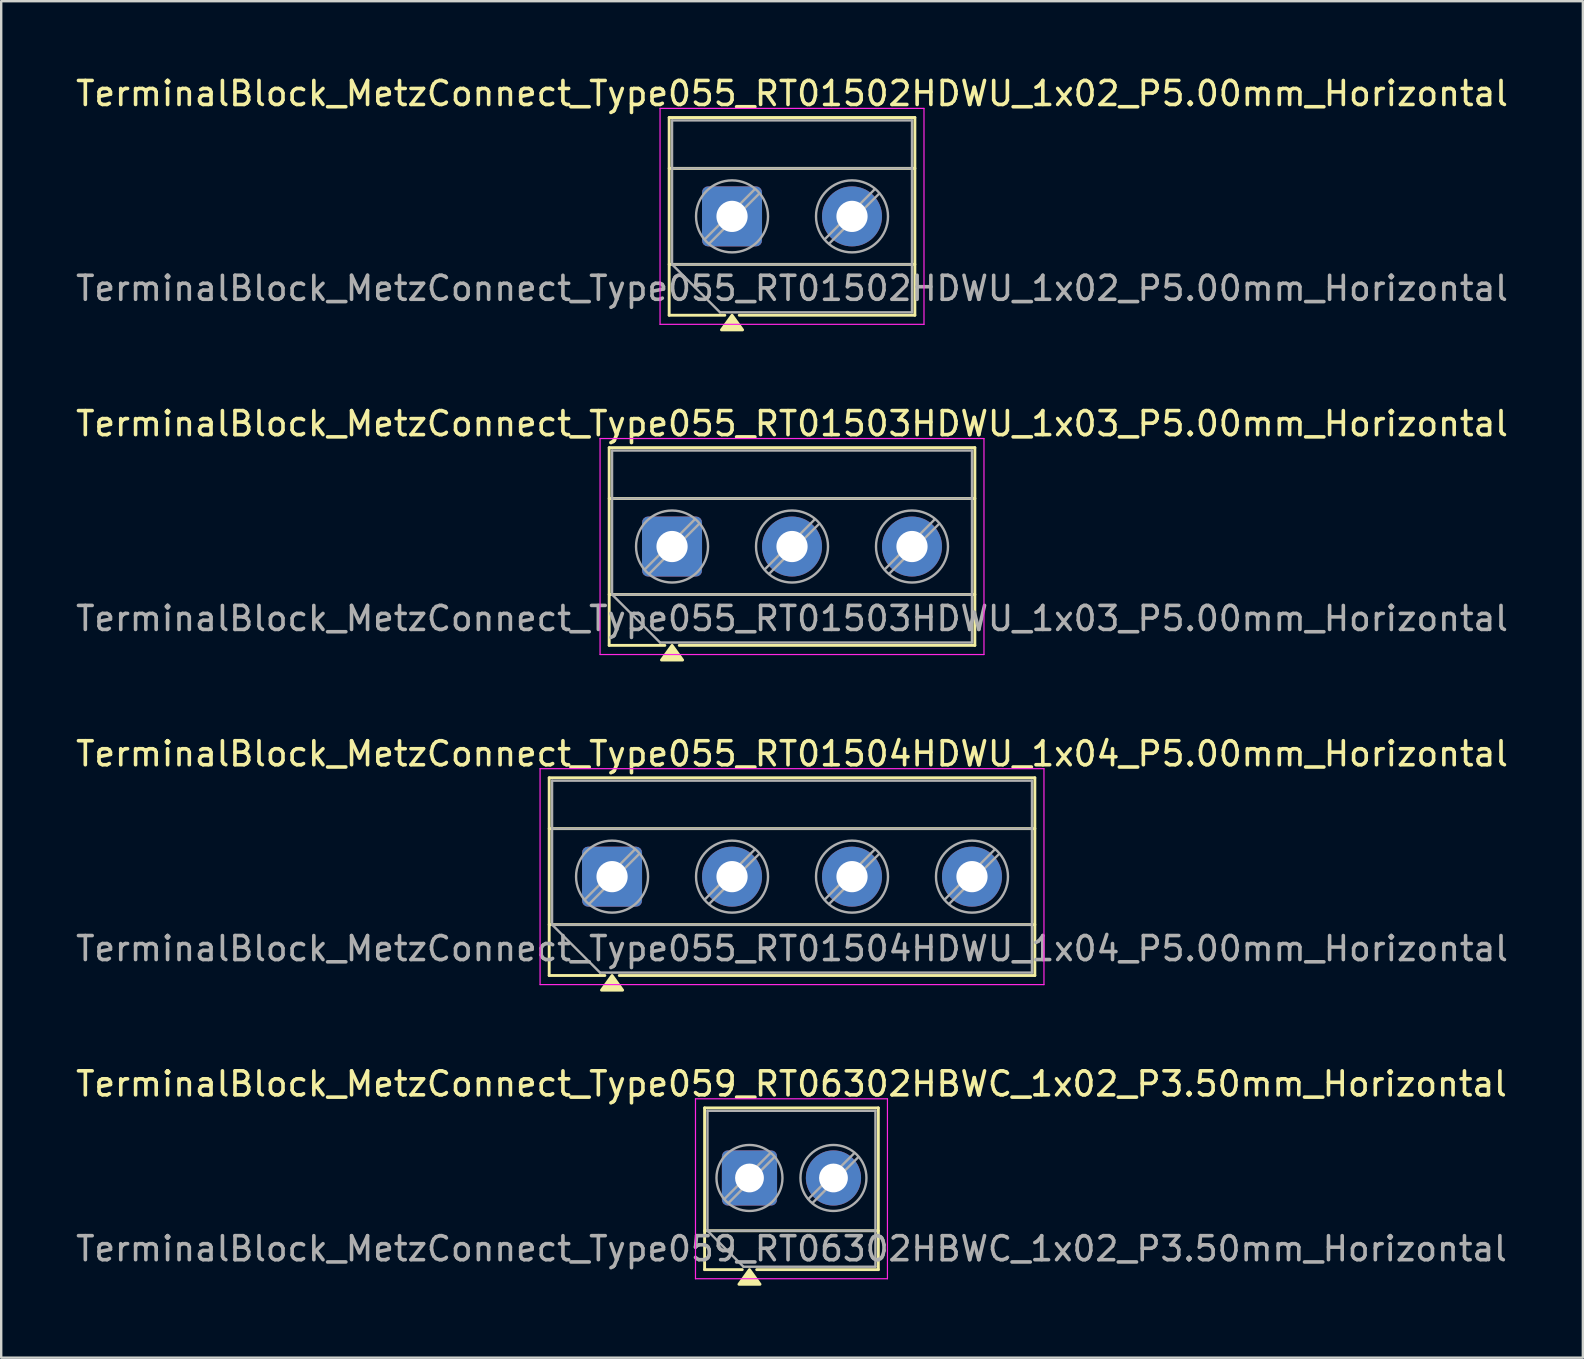
<source format=kicad_pcb>
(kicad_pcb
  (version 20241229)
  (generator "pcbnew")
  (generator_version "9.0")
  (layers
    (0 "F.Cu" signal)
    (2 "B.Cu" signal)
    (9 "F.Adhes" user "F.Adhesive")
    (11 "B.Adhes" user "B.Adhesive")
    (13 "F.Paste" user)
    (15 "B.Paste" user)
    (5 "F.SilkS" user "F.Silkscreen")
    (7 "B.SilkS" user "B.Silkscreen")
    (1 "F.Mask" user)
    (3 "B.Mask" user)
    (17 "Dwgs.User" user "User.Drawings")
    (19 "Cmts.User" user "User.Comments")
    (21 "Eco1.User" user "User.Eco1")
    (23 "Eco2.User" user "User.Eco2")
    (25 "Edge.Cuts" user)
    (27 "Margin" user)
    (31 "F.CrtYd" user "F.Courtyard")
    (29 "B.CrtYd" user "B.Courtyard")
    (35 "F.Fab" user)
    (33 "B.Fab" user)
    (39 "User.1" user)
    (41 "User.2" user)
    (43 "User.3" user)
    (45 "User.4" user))
  (footprint "TerminalBlock_MetzConnect_Type059_RT06302HBWC_1x02_P3.50mm_Horizontal"
    (layer "F.Cu")
    (at 28.185 46.043)
    (property "Reference" "TerminalBlock_MetzConnect_Type059_RT06302HBWC_1x02_P3.50mm_Horizontal" (at 1.75 -3.92 0) (layer "F.SilkS") (effects (font (size 1 1) (thickness 0.15))))
    (attr through_hole)
    (fp_line (start -1.87 -2.92) (end 5.37 -2.92) (stroke (width 0.12) (type solid)) (layer "F.SilkS"))
    (fp_line (start -1.87 2.2) (end 5.37 2.2) (stroke (width 0.12) (type solid)) (layer "F.SilkS"))
    (fp_line (start -1.87 3.82) (end -1.87 -2.92) (stroke (width 0.12) (type solid)) (layer "F.SilkS"))
    (fp_line (start -0.3 3.82) (end -1.87 3.82) (stroke (width 0.12) (type solid)) (layer "F.SilkS"))
    (fp_line (start 5.37 -2.92) (end 5.37 3.82) (stroke (width 0.12) (type solid)) (layer "F.SilkS"))
    (fp_line (start 5.37 3.82) (end 0.3 3.82) (stroke (width 0.12) (type solid)) (layer "F.SilkS"))
    (fp_poly (pts (xy 0 3.82) (xy 0.44 4.43) (xy -0.44 4.43)) (stroke (width 0.12) (type solid)) (fill yes) (layer "F.SilkS"))
    (fp_line (start -2.25 -3.3) (end -2.25 4.2) (stroke (width 0.05) (type solid)) (layer "F.CrtYd"))
    (fp_line (start -2.25 4.2) (end 5.75 4.2) (stroke (width 0.05) (type solid)) (layer "F.CrtYd"))
    (fp_line (start 5.75 -3.3) (end -2.25 -3.3) (stroke (width 0.05) (type solid)) (layer "F.CrtYd"))
    (fp_line (start 5.75 4.2) (end 5.75 -3.3) (stroke (width 0.05) (type solid)) (layer "F.CrtYd"))
    (fp_line (start -1.75 -2.8) (end 5.25 -2.8) (stroke (width 0.1) (type solid)) (layer "F.Fab"))
    (fp_line (start -1.75 2.2) (end -1.75 -2.8) (stroke (width 0.1) (type solid)) (layer "F.Fab"))
    (fp_line (start -1.75 2.2) (end 5.25 2.2) (stroke (width 0.1) (type solid)) (layer "F.Fab"))
    (fp_line (start -0.25 3.7) (end -1.75 2.2) (stroke (width 0.1) (type solid)) (layer "F.Fab"))
    (fp_line (start 0.875 -1.043) (end -1.043 0.875) (stroke (width 0.1) (type solid)) (layer "F.Fab"))
    (fp_line (start 1.043 -0.875) (end -0.875 1.043) (stroke (width 0.1) (type solid)) (layer "F.Fab"))
    (fp_line (start 4.375 -1.043) (end 2.457 0.875) (stroke (width 0.1) (type solid)) (layer "F.Fab"))
    (fp_line (start 4.543 -0.875) (end 2.625 1.043) (stroke (width 0.1) (type solid)) (layer "F.Fab"))
    (fp_line (start 5.25 -2.8) (end 5.25 3.7) (stroke (width 0.1) (type solid)) (layer "F.Fab"))
    (fp_line (start 5.25 3.7) (end -0.25 3.7) (stroke (width 0.1) (type solid)) (layer "F.Fab"))
    (fp_circle (center 0 0) (end 1.375 0) (stroke (width 0.1) (type solid)) (fill no) (layer "F.Fab"))
    (fp_circle (center 3.5 0) (end 4.875 0) (stroke (width 0.1) (type solid)) (fill no) (layer "F.Fab"))
    (fp_text user "${REFERENCE}" (at 1.75 2.95 0) (layer "F.Fab") (effects (font (size 1 1) (thickness 0.15))))
    (pad "1" thru_hole roundrect (at 0 0) (size 2.3 2.3) (drill 1.2) (layers "*.Cu" "*.Mask") (roundrect_rratio 0.109))
    (pad "2" thru_hole circle (at 3.5 0) (size 2.3 2.3) (drill 1.2) (layers "*.Cu" "*.Mask")))
  (footprint "TerminalBlock_MetzConnect_Type055_RT01502HDWU_1x02_P5.00mm_Horizontal"
    (layer "F.Cu")
    (at 27.458 5.968)
    (property "Reference" "TerminalBlock_MetzConnect_Type055_RT01502HDWU_1x02_P5.00mm_Horizontal" (at 2.5 -5.12 0) (layer "F.SilkS") (effects (font (size 1 1) (thickness 0.15))))
    (attr through_hole)
    (fp_line (start -2.62 -4.12) (end 7.62 -4.12) (stroke (width 0.12) (type solid)) (layer "F.SilkS"))
    (fp_line (start -2.62 -2) (end 7.62 -2) (stroke (width 0.12) (type solid)) (layer "F.SilkS"))
    (fp_line (start -2.62 2) (end 7.62 2) (stroke (width 0.12) (type solid)) (layer "F.SilkS"))
    (fp_line (start -2.62 4.12) (end -2.62 -4.12) (stroke (width 0.12) (type solid)) (layer "F.SilkS"))
    (fp_line (start -0.3 4.12) (end -2.62 4.12) (stroke (width 0.12) (type solid)) (layer "F.SilkS"))
    (fp_line (start 7.62 -4.12) (end 7.62 4.12) (stroke (width 0.12) (type solid)) (layer "F.SilkS"))
    (fp_line (start 7.62 4.12) (end 0.3 4.12) (stroke (width 0.12) (type solid)) (layer "F.SilkS"))
    (fp_poly (pts (xy 0 4.12) (xy 0.44 4.73) (xy -0.44 4.73)) (stroke (width 0.12) (type solid)) (fill yes) (layer "F.SilkS"))
    (fp_line (start -3 -4.5) (end -3 4.5) (stroke (width 0.05) (type solid)) (layer "F.CrtYd"))
    (fp_line (start -3 4.5) (end 8 4.5) (stroke (width 0.05) (type solid)) (layer "F.CrtYd"))
    (fp_line (start 8 -4.5) (end -3 -4.5) (stroke (width 0.05) (type solid)) (layer "F.CrtYd"))
    (fp_line (start 8 4.5) (end 8 -4.5) (stroke (width 0.05) (type solid)) (layer "F.CrtYd"))
    (fp_line (start -2.5 -4) (end 7.5 -4) (stroke (width 0.1) (type solid)) (layer "F.Fab"))
    (fp_line (start -2.5 -2) (end 7.5 -2) (stroke (width 0.1) (type solid)) (layer "F.Fab"))
    (fp_line (start -2.5 2) (end -2.5 -4) (stroke (width 0.1) (type solid)) (layer "F.Fab"))
    (fp_line (start -2.5 2) (end 7.5 2) (stroke (width 0.1) (type solid)) (layer "F.Fab"))
    (fp_line (start -0.5 4) (end -2.5 2) (stroke (width 0.1) (type solid)) (layer "F.Fab"))
    (fp_line (start 0.955 -1.138) (end -1.138 0.955) (stroke (width 0.1) (type solid)) (layer "F.Fab"))
    (fp_line (start 1.138 -0.955) (end -0.955 1.138) (stroke (width 0.1) (type solid)) (layer "F.Fab"))
    (fp_line (start 5.955 -1.138) (end 3.862 0.955) (stroke (width 0.1) (type solid)) (layer "F.Fab"))
    (fp_line (start 6.138 -0.955) (end 4.045 1.138) (stroke (width 0.1) (type solid)) (layer "F.Fab"))
    (fp_line (start 7.5 -4) (end 7.5 4) (stroke (width 0.1) (type solid)) (layer "F.Fab"))
    (fp_line (start 7.5 4) (end -0.5 4) (stroke (width 0.1) (type solid)) (layer "F.Fab"))
    (fp_circle (center 0 0) (end 1.5 0) (stroke (width 0.1) (type solid)) (fill no) (layer "F.Fab"))
    (fp_circle (center 5 0) (end 6.5 0) (stroke (width 0.1) (type solid)) (fill no) (layer "F.Fab"))
    (fp_text user "${REFERENCE}" (at 2.5 3 0) (layer "F.Fab") (effects (font (size 1 1) (thickness 0.15))))
    (pad "1" thru_hole roundrect (at 0 0) (size 2.5 2.5) (drill 1.3) (layers "*.Cu" "*.Mask") (roundrect_rratio 0.1))
    (pad "2" thru_hole circle (at 5 0) (size 2.5 2.5) (drill 1.3) (layers "*.Cu" "*.Mask")))
  (footprint "TerminalBlock_MetzConnect_Type055_RT01503HDWU_1x03_P5.00mm_Horizontal"
    (layer "F.Cu")
    (at 24.958 19.727)
    (property "Reference" "TerminalBlock_MetzConnect_Type055_RT01503HDWU_1x03_P5.00mm_Horizontal" (at 5 -5.12 0) (layer "F.SilkS") (effects (font (size 1 1) (thickness 0.15))))
    (attr through_hole)
    (fp_line (start -2.62 -4.12) (end 12.62 -4.12) (stroke (width 0.12) (type solid)) (layer "F.SilkS"))
    (fp_line (start -2.62 -2) (end 12.62 -2) (stroke (width 0.12) (type solid)) (layer "F.SilkS"))
    (fp_line (start -2.62 2) (end 12.62 2) (stroke (width 0.12) (type solid)) (layer "F.SilkS"))
    (fp_line (start -2.62 4.12) (end -2.62 -4.12) (stroke (width 0.12) (type solid)) (layer "F.SilkS"))
    (fp_line (start -0.3 4.12) (end -2.62 4.12) (stroke (width 0.12) (type solid)) (layer "F.SilkS"))
    (fp_line (start 12.62 -4.12) (end 12.62 4.12) (stroke (width 0.12) (type solid)) (layer "F.SilkS"))
    (fp_line (start 12.62 4.12) (end 0.3 4.12) (stroke (width 0.12) (type solid)) (layer "F.SilkS"))
    (fp_poly (pts (xy 0 4.12) (xy 0.44 4.73) (xy -0.44 4.73)) (stroke (width 0.12) (type solid)) (fill yes) (layer "F.SilkS"))
    (fp_line (start -3 -4.5) (end -3 4.5) (stroke (width 0.05) (type solid)) (layer "F.CrtYd"))
    (fp_line (start -3 4.5) (end 13 4.5) (stroke (width 0.05) (type solid)) (layer "F.CrtYd"))
    (fp_line (start 13 -4.5) (end -3 -4.5) (stroke (width 0.05) (type solid)) (layer "F.CrtYd"))
    (fp_line (start 13 4.5) (end 13 -4.5) (stroke (width 0.05) (type solid)) (layer "F.CrtYd"))
    (fp_line (start -2.5 -4) (end 12.5 -4) (stroke (width 0.1) (type solid)) (layer "F.Fab"))
    (fp_line (start -2.5 -2) (end 12.5 -2) (stroke (width 0.1) (type solid)) (layer "F.Fab"))
    (fp_line (start -2.5 2) (end -2.5 -4) (stroke (width 0.1) (type solid)) (layer "F.Fab"))
    (fp_line (start -2.5 2) (end 12.5 2) (stroke (width 0.1) (type solid)) (layer "F.Fab"))
    (fp_line (start -0.5 4) (end -2.5 2) (stroke (width 0.1) (type solid)) (layer "F.Fab"))
    (fp_line (start 0.955 -1.138) (end -1.138 0.955) (stroke (width 0.1) (type solid)) (layer "F.Fab"))
    (fp_line (start 1.138 -0.955) (end -0.955 1.138) (stroke (width 0.1) (type solid)) (layer "F.Fab"))
    (fp_line (start 5.955 -1.138) (end 3.862 0.955) (stroke (width 0.1) (type solid)) (layer "F.Fab"))
    (fp_line (start 6.138 -0.955) (end 4.045 1.138) (stroke (width 0.1) (type solid)) (layer "F.Fab"))
    (fp_line (start 10.955 -1.138) (end 8.862 0.955) (stroke (width 0.1) (type solid)) (layer "F.Fab"))
    (fp_line (start 11.138 -0.955) (end 9.045 1.138) (stroke (width 0.1) (type solid)) (layer "F.Fab"))
    (fp_line (start 12.5 -4) (end 12.5 4) (stroke (width 0.1) (type solid)) (layer "F.Fab"))
    (fp_line (start 12.5 4) (end -0.5 4) (stroke (width 0.1) (type solid)) (layer "F.Fab"))
    (fp_circle (center 0 0) (end 1.5 0) (stroke (width 0.1) (type solid)) (fill no) (layer "F.Fab"))
    (fp_circle (center 5 0) (end 6.5 0) (stroke (width 0.1) (type solid)) (fill no) (layer "F.Fab"))
    (fp_circle (center 10 0) (end 11.5 0) (stroke (width 0.1) (type solid)) (fill no) (layer "F.Fab"))
    (fp_text user "${REFERENCE}" (at 5 3 0) (layer "F.Fab") (effects (font (size 1 1) (thickness 0.15))))
    (pad "1" thru_hole roundrect (at 0 0) (size 2.5 2.5) (drill 1.3) (layers "*.Cu" "*.Mask") (roundrect_rratio 0.1))
    (pad "2" thru_hole circle (at 5 0) (size 2.5 2.5) (drill 1.3) (layers "*.Cu" "*.Mask"))
    (pad "3" thru_hole circle (at 10 0) (size 2.5 2.5) (drill 1.3) (layers "*.Cu" "*.Mask")))
  (footprint "TerminalBlock_MetzConnect_Type055_RT01504HDWU_1x04_P5.00mm_Horizontal"
    (layer "F.Cu")
    (at 22.458 33.485)
    (property "Reference" "TerminalBlock_MetzConnect_Type055_RT01504HDWU_1x04_P5.00mm_Horizontal" (at 7.5 -5.12 0) (layer "F.SilkS") (effects (font (size 1 1) (thickness 0.15))))
    (attr through_hole)
    (fp_line (start -2.62 -4.12) (end 17.62 -4.12) (stroke (width 0.12) (type solid)) (layer "F.SilkS"))
    (fp_line (start -2.62 -2) (end 17.62 -2) (stroke (width 0.12) (type solid)) (layer "F.SilkS"))
    (fp_line (start -2.62 2) (end 17.62 2) (stroke (width 0.12) (type solid)) (layer "F.SilkS"))
    (fp_line (start -2.62 4.12) (end -2.62 -4.12) (stroke (width 0.12) (type solid)) (layer "F.SilkS"))
    (fp_line (start -0.3 4.12) (end -2.62 4.12) (stroke (width 0.12) (type solid)) (layer "F.SilkS"))
    (fp_line (start 17.62 -4.12) (end 17.62 4.12) (stroke (width 0.12) (type solid)) (layer "F.SilkS"))
    (fp_line (start 17.62 4.12) (end 0.3 4.12) (stroke (width 0.12) (type solid)) (layer "F.SilkS"))
    (fp_poly (pts (xy 0 4.12) (xy 0.44 4.73) (xy -0.44 4.73)) (stroke (width 0.12) (type solid)) (fill yes) (layer "F.SilkS"))
    (fp_line (start -3 -4.5) (end -3 4.5) (stroke (width 0.05) (type solid)) (layer "F.CrtYd"))
    (fp_line (start -3 4.5) (end 18 4.5) (stroke (width 0.05) (type solid)) (layer "F.CrtYd"))
    (fp_line (start 18 -4.5) (end -3 -4.5) (stroke (width 0.05) (type solid)) (layer "F.CrtYd"))
    (fp_line (start 18 4.5) (end 18 -4.5) (stroke (width 0.05) (type solid)) (layer "F.CrtYd"))
    (fp_line (start -2.5 -4) (end 17.5 -4) (stroke (width 0.1) (type solid)) (layer "F.Fab"))
    (fp_line (start -2.5 -2) (end 17.5 -2) (stroke (width 0.1) (type solid)) (layer "F.Fab"))
    (fp_line (start -2.5 2) (end -2.5 -4) (stroke (width 0.1) (type solid)) (layer "F.Fab"))
    (fp_line (start -2.5 2) (end 17.5 2) (stroke (width 0.1) (type solid)) (layer "F.Fab"))
    (fp_line (start -0.5 4) (end -2.5 2) (stroke (width 0.1) (type solid)) (layer "F.Fab"))
    (fp_line (start 0.955 -1.138) (end -1.138 0.955) (stroke (width 0.1) (type solid)) (layer "F.Fab"))
    (fp_line (start 1.138 -0.955) (end -0.955 1.138) (stroke (width 0.1) (type solid)) (layer "F.Fab"))
    (fp_line (start 5.955 -1.138) (end 3.862 0.955) (stroke (width 0.1) (type solid)) (layer "F.Fab"))
    (fp_line (start 6.138 -0.955) (end 4.045 1.138) (stroke (width 0.1) (type solid)) (layer "F.Fab"))
    (fp_line (start 10.955 -1.138) (end 8.862 0.955) (stroke (width 0.1) (type solid)) (layer "F.Fab"))
    (fp_line (start 11.138 -0.955) (end 9.045 1.138) (stroke (width 0.1) (type solid)) (layer "F.Fab"))
    (fp_line (start 15.955 -1.138) (end 13.862 0.955) (stroke (width 0.1) (type solid)) (layer "F.Fab"))
    (fp_line (start 16.138 -0.955) (end 14.045 1.138) (stroke (width 0.1) (type solid)) (layer "F.Fab"))
    (fp_line (start 17.5 -4) (end 17.5 4) (stroke (width 0.1) (type solid)) (layer "F.Fab"))
    (fp_line (start 17.5 4) (end -0.5 4) (stroke (width 0.1) (type solid)) (layer "F.Fab"))
    (fp_circle (center 0 0) (end 1.5 0) (stroke (width 0.1) (type solid)) (fill no) (layer "F.Fab"))
    (fp_circle (center 5 0) (end 6.5 0) (stroke (width 0.1) (type solid)) (fill no) (layer "F.Fab"))
    (fp_circle (center 10 0) (end 11.5 0) (stroke (width 0.1) (type solid)) (fill no) (layer "F.Fab"))
    (fp_circle (center 15 0) (end 16.5 0) (stroke (width 0.1) (type solid)) (fill no) (layer "F.Fab"))
    (fp_text user "${REFERENCE}" (at 7.5 3 0) (layer "F.Fab") (effects (font (size 1 1) (thickness 0.15))))
    (pad "1" thru_hole roundrect (at 0 0) (size 2.5 2.5) (drill 1.3) (layers "*.Cu" "*.Mask") (roundrect_rratio 0.1))
    (pad "2" thru_hole circle (at 5 0) (size 2.5 2.5) (drill 1.3) (layers "*.Cu" "*.Mask"))
    (pad "3" thru_hole circle (at 10 0) (size 2.5 2.5) (drill 1.3) (layers "*.Cu" "*.Mask"))
    (pad "4" thru_hole circle (at 15 0) (size 2.5 2.5) (drill 1.3) (layers "*.Cu" "*.Mask")))
  (gr_rect
    (start -3 -3)
    (end 62.917 53.533)
    (stroke (width 0.1) (type default))
    (fill no)
    (layer "Edge.Cuts")))
</source>
